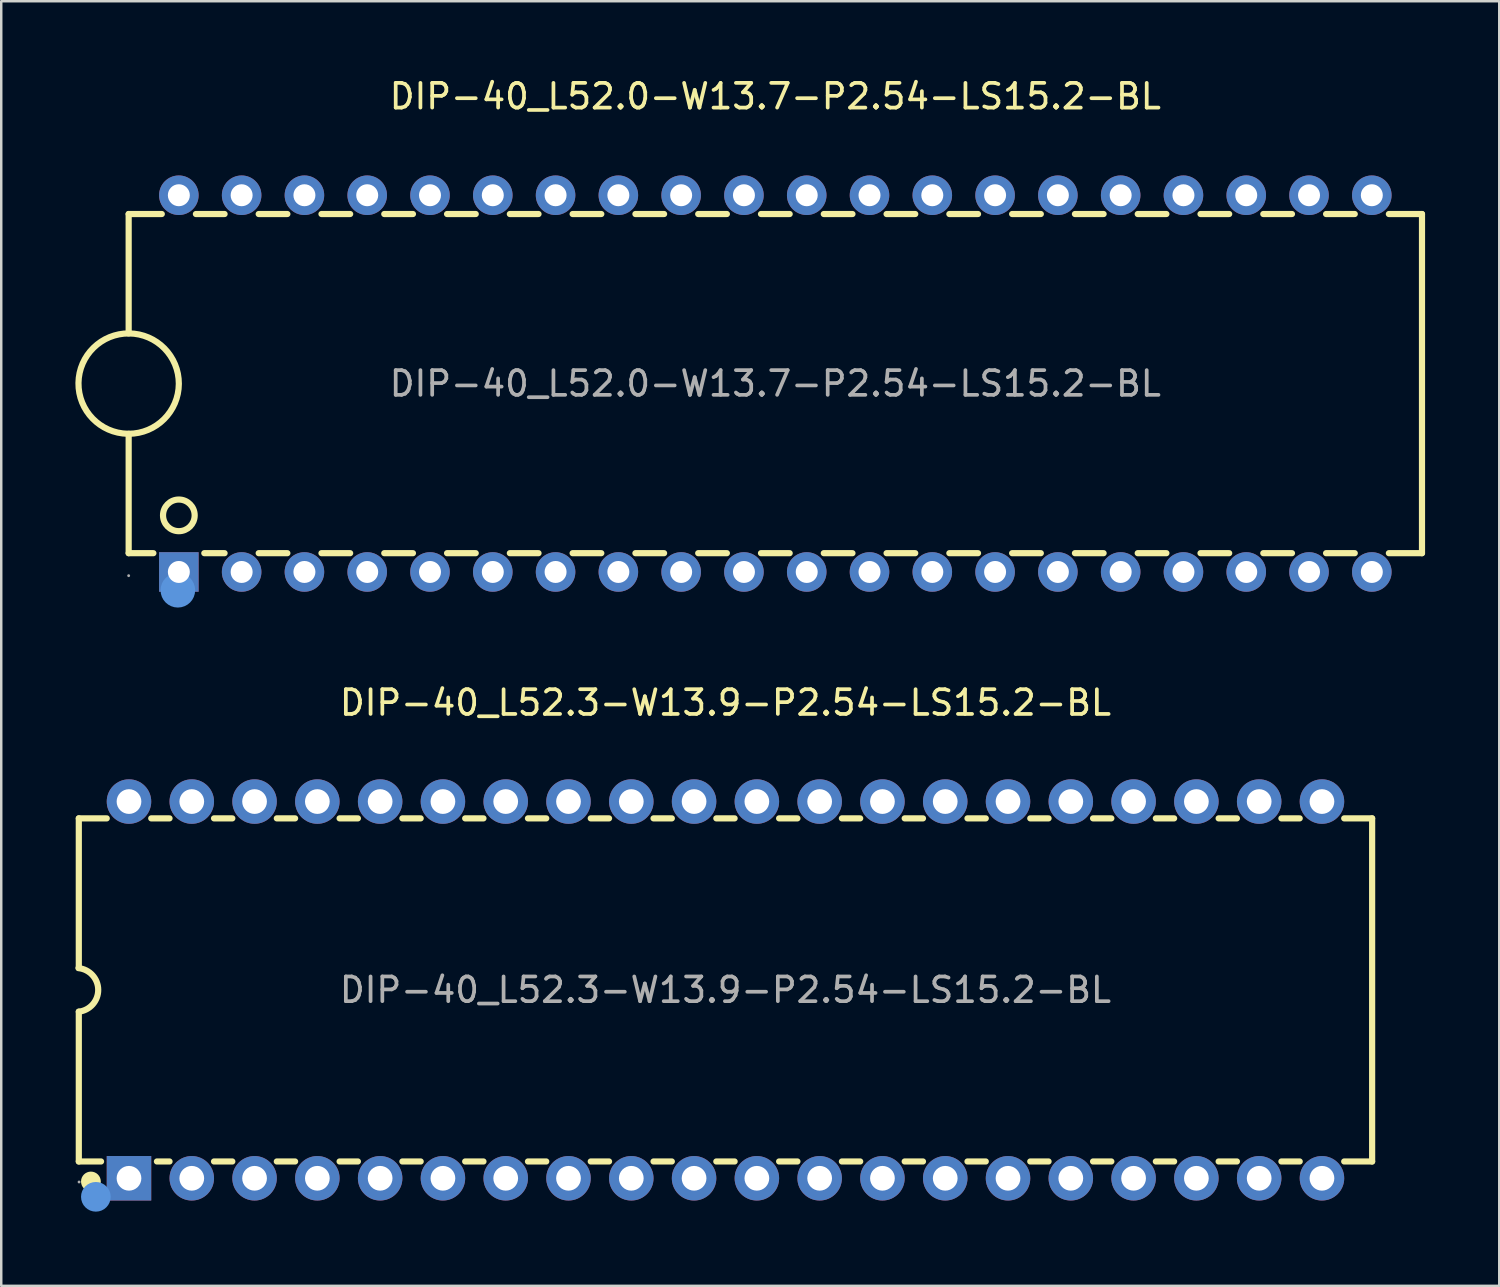
<source format=kicad_pcb>
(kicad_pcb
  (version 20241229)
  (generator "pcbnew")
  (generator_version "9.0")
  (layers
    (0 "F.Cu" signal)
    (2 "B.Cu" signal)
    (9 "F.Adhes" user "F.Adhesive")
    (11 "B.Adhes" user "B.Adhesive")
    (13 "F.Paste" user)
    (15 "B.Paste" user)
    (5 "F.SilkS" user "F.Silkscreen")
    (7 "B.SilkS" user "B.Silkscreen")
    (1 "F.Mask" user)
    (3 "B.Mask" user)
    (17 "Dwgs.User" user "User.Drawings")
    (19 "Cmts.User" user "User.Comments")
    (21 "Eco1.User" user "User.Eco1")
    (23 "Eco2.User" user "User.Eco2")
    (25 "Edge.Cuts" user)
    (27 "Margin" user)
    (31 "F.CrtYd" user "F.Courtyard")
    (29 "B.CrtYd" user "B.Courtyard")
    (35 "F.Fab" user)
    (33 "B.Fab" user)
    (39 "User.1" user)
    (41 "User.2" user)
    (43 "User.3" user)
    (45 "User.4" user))
  (footprint "DIP-40_L52.3-W13.9-P2.54-LS15.2-BL"
    (layer "F.Cu")
    (at 26.298 36.996)
    (property "Reference" "DIP-40_L52.3-W13.9-P2.54-LS15.2-BL" (at 0 -11.62 0) (layer "F.SilkS") (effects (font (size 1 1) (thickness 0.15))))
    (attr through_hole)
    (fp_line (start -26.16 -6.94) (end -26.16 -0.89) (stroke (width 0.25) (type solid)) (layer "F.SilkS"))
    (fp_line (start -26.16 -6.94) (end -25.03 -6.94) (stroke (width 0.25) (type solid)) (layer "F.SilkS"))
    (fp_line (start -26.16 6.94) (end -26.16 0.88) (stroke (width 0.25) (type solid)) (layer "F.SilkS"))
    (fp_line (start -26.16 6.94) (end -25.26 6.94) (stroke (width 0.25) (type solid)) (layer "F.SilkS"))
    (fp_line (start -23.23 -6.94) (end -22.49 -6.94) (stroke (width 0.25) (type solid)) (layer "F.SilkS"))
    (fp_line (start -23 6.94) (end -22.49 6.94) (stroke (width 0.25) (type solid)) (layer "F.SilkS"))
    (fp_line (start -20.69 -6.94) (end -19.95 -6.94) (stroke (width 0.25) (type solid)) (layer "F.SilkS"))
    (fp_line (start -20.69 6.94) (end -19.95 6.94) (stroke (width 0.25) (type solid)) (layer "F.SilkS"))
    (fp_line (start -18.15 -6.94) (end -17.41 -6.94) (stroke (width 0.25) (type solid)) (layer "F.SilkS"))
    (fp_line (start -18.15 6.94) (end -17.41 6.94) (stroke (width 0.25) (type solid)) (layer "F.SilkS"))
    (fp_line (start -15.61 -6.94) (end -14.87 -6.94) (stroke (width 0.25) (type solid)) (layer "F.SilkS"))
    (fp_line (start -15.61 6.94) (end -14.87 6.94) (stroke (width 0.25) (type solid)) (layer "F.SilkS"))
    (fp_line (start -13.07 -6.94) (end -12.33 -6.94) (stroke (width 0.25) (type solid)) (layer "F.SilkS"))
    (fp_line (start -13.07 6.94) (end -12.33 6.94) (stroke (width 0.25) (type solid)) (layer "F.SilkS"))
    (fp_line (start -10.53 -6.94) (end -9.79 -6.94) (stroke (width 0.25) (type solid)) (layer "F.SilkS"))
    (fp_line (start -10.53 6.94) (end -9.79 6.94) (stroke (width 0.25) (type solid)) (layer "F.SilkS"))
    (fp_line (start -7.99 -6.94) (end -7.25 -6.94) (stroke (width 0.25) (type solid)) (layer "F.SilkS"))
    (fp_line (start -7.99 6.94) (end -7.25 6.94) (stroke (width 0.25) (type solid)) (layer "F.SilkS"))
    (fp_line (start -5.45 -6.94) (end -4.71 -6.94) (stroke (width 0.25) (type solid)) (layer "F.SilkS"))
    (fp_line (start -5.45 6.94) (end -4.71 6.94) (stroke (width 0.25) (type solid)) (layer "F.SilkS"))
    (fp_line (start -2.91 -6.94) (end -2.17 -6.94) (stroke (width 0.25) (type solid)) (layer "F.SilkS"))
    (fp_line (start -2.91 6.94) (end -2.17 6.94) (stroke (width 0.25) (type solid)) (layer "F.SilkS"))
    (fp_line (start -0.37 -6.94) (end 0.37 -6.94) (stroke (width 0.25) (type solid)) (layer "F.SilkS"))
    (fp_line (start -0.37 6.94) (end 0.37 6.94) (stroke (width 0.25) (type solid)) (layer "F.SilkS"))
    (fp_line (start 2.17 -6.94) (end 2.91 -6.94) (stroke (width 0.25) (type solid)) (layer "F.SilkS"))
    (fp_line (start 2.17 6.94) (end 2.91 6.94) (stroke (width 0.25) (type solid)) (layer "F.SilkS"))
    (fp_line (start 4.71 -6.94) (end 5.45 -6.94) (stroke (width 0.25) (type solid)) (layer "F.SilkS"))
    (fp_line (start 4.71 6.94) (end 5.45 6.94) (stroke (width 0.25) (type solid)) (layer "F.SilkS"))
    (fp_line (start 7.25 -6.94) (end 7.99 -6.94) (stroke (width 0.25) (type solid)) (layer "F.SilkS"))
    (fp_line (start 7.25 6.94) (end 7.99 6.94) (stroke (width 0.25) (type solid)) (layer "F.SilkS"))
    (fp_line (start 9.79 -6.94) (end 10.53 -6.94) (stroke (width 0.25) (type solid)) (layer "F.SilkS"))
    (fp_line (start 9.79 6.94) (end 10.53 6.94) (stroke (width 0.25) (type solid)) (layer "F.SilkS"))
    (fp_line (start 12.33 -6.94) (end 13.07 -6.94) (stroke (width 0.25) (type solid)) (layer "F.SilkS"))
    (fp_line (start 12.33 6.94) (end 13.07 6.94) (stroke (width 0.25) (type solid)) (layer "F.SilkS"))
    (fp_line (start 14.87 -6.94) (end 15.61 -6.94) (stroke (width 0.25) (type solid)) (layer "F.SilkS"))
    (fp_line (start 14.87 6.94) (end 15.61 6.94) (stroke (width 0.25) (type solid)) (layer "F.SilkS"))
    (fp_line (start 17.41 -6.94) (end 18.15 -6.94) (stroke (width 0.25) (type solid)) (layer "F.SilkS"))
    (fp_line (start 17.41 6.94) (end 18.15 6.94) (stroke (width 0.25) (type solid)) (layer "F.SilkS"))
    (fp_line (start 19.95 -6.94) (end 20.69 -6.94) (stroke (width 0.25) (type solid)) (layer "F.SilkS"))
    (fp_line (start 19.95 6.94) (end 20.69 6.94) (stroke (width 0.25) (type solid)) (layer "F.SilkS"))
    (fp_line (start 22.49 -6.94) (end 23.23 -6.94) (stroke (width 0.25) (type solid)) (layer "F.SilkS"))
    (fp_line (start 22.49 6.94) (end 23.23 6.94) (stroke (width 0.25) (type solid)) (layer "F.SilkS"))
    (fp_line (start 25.03 -6.94) (end 26.16 -6.94) (stroke (width 0.25) (type solid)) (layer "F.SilkS"))
    (fp_line (start 25.03 6.94) (end 26.16 6.94) (stroke (width 0.25) (type solid)) (layer "F.SilkS"))
    (fp_line (start 26.16 -6.94) (end 26.16 6.94) (stroke (width 0.25) (type solid)) (layer "F.SilkS"))
    (fp_arc (start -26.172545 -0.881335) (mid -25.374359 -0.006308) (end -26.16 0.88) (stroke (width 0.25) (type solid)) (layer "F.SilkS"))
    (fp_circle (center -25.67 7.75) (end -25.47 7.75) (stroke (width 0.4) (type solid)) (fill no) (layer "F.SilkS"))
    (fp_circle (center -25.47 8.37) (end -25.17 8.37) (stroke (width 0.6) (type solid)) (fill no) (layer "Cmts.User"))
    (fp_circle (center -26.15 7.77) (end -26.12 7.77) (stroke (width 0.06) (type solid)) (fill no) (layer "F.Fab"))
    (fp_text user "${REFERENCE}" (at 0 0 0) (layer "F.Fab") (effects (font (size 1 1) (thickness 0.15))))
    (pad "1" thru_hole rect (at -24.13 7.62) (size 1.8 1.8) (drill 1) (layers "*.Cu" "*.Paste" "*.Mask"))
    (pad "2" thru_hole circle (at -21.59 7.62) (size 1.8 1.8) (drill 1) (layers "*.Cu" "*.Paste" "*.Mask"))
    (pad "3" thru_hole circle (at -19.05 7.62) (size 1.8 1.8) (drill 1) (layers "*.Cu" "*.Paste" "*.Mask"))
    (pad "4" thru_hole circle (at -16.51 7.62) (size 1.8 1.8) (drill 1) (layers "*.Cu" "*.Paste" "*.Mask"))
    (pad "5" thru_hole circle (at -13.97 7.62) (size 1.8 1.8) (drill 1) (layers "*.Cu" "*.Paste" "*.Mask"))
    (pad "6" thru_hole circle (at -11.43 7.62) (size 1.8 1.8) (drill 1) (layers "*.Cu" "*.Paste" "*.Mask"))
    (pad "7" thru_hole circle (at -8.89 7.62) (size 1.8 1.8) (drill 1) (layers "*.Cu" "*.Paste" "*.Mask"))
    (pad "8" thru_hole circle (at -6.35 7.62) (size 1.8 1.8) (drill 1) (layers "*.Cu" "*.Paste" "*.Mask"))
    (pad "9" thru_hole circle (at -3.81 7.62) (size 1.8 1.8) (drill 1) (layers "*.Cu" "*.Paste" "*.Mask"))
    (pad "10" thru_hole circle (at -1.27 7.62) (size 1.8 1.8) (drill 1) (layers "*.Cu" "*.Paste" "*.Mask"))
    (pad "11" thru_hole circle (at 1.27 7.62) (size 1.8 1.8) (drill 1) (layers "*.Cu" "*.Paste" "*.Mask"))
    (pad "12" thru_hole circle (at 3.81 7.62) (size 1.8 1.8) (drill 1) (layers "*.Cu" "*.Paste" "*.Mask"))
    (pad "13" thru_hole circle (at 6.35 7.62) (size 1.8 1.8) (drill 1) (layers "*.Cu" "*.Paste" "*.Mask"))
    (pad "14" thru_hole circle (at 8.89 7.62) (size 1.8 1.8) (drill 1) (layers "*.Cu" "*.Paste" "*.Mask"))
    (pad "15" thru_hole circle (at 11.43 7.62) (size 1.8 1.8) (drill 1) (layers "*.Cu" "*.Paste" "*.Mask"))
    (pad "16" thru_hole circle (at 13.97 7.62) (size 1.8 1.8) (drill 1) (layers "*.Cu" "*.Paste" "*.Mask"))
    (pad "17" thru_hole circle (at 16.51 7.62) (size 1.8 1.8) (drill 1) (layers "*.Cu" "*.Paste" "*.Mask"))
    (pad "18" thru_hole circle (at 19.05 7.62) (size 1.8 1.8) (drill 1) (layers "*.Cu" "*.Paste" "*.Mask"))
    (pad "19" thru_hole circle (at 21.59 7.62) (size 1.8 1.8) (drill 1) (layers "*.Cu" "*.Paste" "*.Mask"))
    (pad "20" thru_hole circle (at 24.13 7.62) (size 1.8 1.8) (drill 1) (layers "*.Cu" "*.Paste" "*.Mask"))
    (pad "21" thru_hole circle (at 24.13 -7.62) (size 1.8 1.8) (drill 1) (layers "*.Cu" "*.Paste" "*.Mask"))
    (pad "22" thru_hole circle (at 21.59 -7.62) (size 1.8 1.8) (drill 1) (layers "*.Cu" "*.Paste" "*.Mask"))
    (pad "23" thru_hole circle (at 19.05 -7.62) (size 1.8 1.8) (drill 1) (layers "*.Cu" "*.Paste" "*.Mask"))
    (pad "24" thru_hole circle (at 16.51 -7.62) (size 1.8 1.8) (drill 1) (layers "*.Cu" "*.Paste" "*.Mask"))
    (pad "25" thru_hole circle (at 13.97 -7.62) (size 1.8 1.8) (drill 1) (layers "*.Cu" "*.Paste" "*.Mask"))
    (pad "26" thru_hole circle (at 11.43 -7.62) (size 1.8 1.8) (drill 1) (layers "*.Cu" "*.Paste" "*.Mask"))
    (pad "27" thru_hole circle (at 8.89 -7.62) (size 1.8 1.8) (drill 1) (layers "*.Cu" "*.Paste" "*.Mask"))
    (pad "28" thru_hole circle (at 6.35 -7.62) (size 1.8 1.8) (drill 1) (layers "*.Cu" "*.Paste" "*.Mask"))
    (pad "29" thru_hole circle (at 3.81 -7.62) (size 1.8 1.8) (drill 1) (layers "*.Cu" "*.Paste" "*.Mask"))
    (pad "30" thru_hole circle (at 1.27 -7.62) (size 1.8 1.8) (drill 1) (layers "*.Cu" "*.Paste" "*.Mask"))
    (pad "31" thru_hole circle (at -1.27 -7.62) (size 1.8 1.8) (drill 1) (layers "*.Cu" "*.Paste" "*.Mask"))
    (pad "32" thru_hole circle (at -3.81 -7.62) (size 1.8 1.8) (drill 1) (layers "*.Cu" "*.Paste" "*.Mask"))
    (pad "33" thru_hole circle (at -6.35 -7.62) (size 1.8 1.8) (drill 1) (layers "*.Cu" "*.Paste" "*.Mask"))
    (pad "34" thru_hole circle (at -8.89 -7.62) (size 1.8 1.8) (drill 1) (layers "*.Cu" "*.Paste" "*.Mask"))
    (pad "35" thru_hole circle (at -11.43 -7.62) (size 1.8 1.8) (drill 1) (layers "*.Cu" "*.Paste" "*.Mask"))
    (pad "36" thru_hole circle (at -13.97 -7.62) (size 1.8 1.8) (drill 1) (layers "*.Cu" "*.Paste" "*.Mask"))
    (pad "37" thru_hole circle (at -16.51 -7.62) (size 1.8 1.8) (drill 1) (layers "*.Cu" "*.Paste" "*.Mask"))
    (pad "38" thru_hole circle (at -19.05 -7.62) (size 1.8 1.8) (drill 1) (layers "*.Cu" "*.Paste" "*.Mask"))
    (pad "39" thru_hole circle (at -21.59 -7.62) (size 1.8 1.8) (drill 1) (layers "*.Cu" "*.Paste" "*.Mask"))
    (pad "40" thru_hole circle (at -24.13 -7.62) (size 1.8 1.8) (drill 1) (layers "*.Cu" "*.Paste" "*.Mask")))
  (footprint "DIP-40_L52.0-W13.7-P2.54-LS15.2-BL"
    (layer "F.Cu")
    (at 28.315 12.468)
    (property "Reference" "DIP-40_L52.0-W13.7-P2.54-LS15.2-BL" (at 0 -11.62 0) (layer "F.SilkS") (effects (font (size 1 1) (thickness 0.15))))
    (attr through_hole)
    (fp_line (start -26.16 -6.86) (end -26.16 -2.03) (stroke (width 0.25) (type solid)) (layer "F.SilkS"))
    (fp_line (start -26.16 6.86) (end -26.16 2.03) (stroke (width 0.25) (type solid)) (layer "F.SilkS"))
    (fp_line (start -26.16 6.86) (end -25.16 6.86) (stroke (width 0.25) (type solid)) (layer "F.SilkS"))
    (fp_line (start -24.82 -6.86) (end -26.16 -6.86) (stroke (width 0.25) (type solid)) (layer "F.SilkS"))
    (fp_line (start -23.1 6.86) (end -22.28 6.86) (stroke (width 0.25) (type solid)) (layer "F.SilkS"))
    (fp_line (start -22.28 -6.86) (end -23.44 -6.86) (stroke (width 0.25) (type solid)) (layer "F.SilkS"))
    (fp_line (start -20.9 6.86) (end -19.74 6.86) (stroke (width 0.25) (type solid)) (layer "F.SilkS"))
    (fp_line (start -19.74 -6.86) (end -20.9 -6.86) (stroke (width 0.25) (type solid)) (layer "F.SilkS"))
    (fp_line (start -18.36 6.86) (end -17.2 6.86) (stroke (width 0.25) (type solid)) (layer "F.SilkS"))
    (fp_line (start -17.2 -6.86) (end -18.36 -6.86) (stroke (width 0.25) (type solid)) (layer "F.SilkS"))
    (fp_line (start -15.82 6.86) (end -14.66 6.86) (stroke (width 0.25) (type solid)) (layer "F.SilkS"))
    (fp_line (start -14.66 -6.86) (end -15.82 -6.86) (stroke (width 0.25) (type solid)) (layer "F.SilkS"))
    (fp_line (start -13.28 6.86) (end -12.12 6.86) (stroke (width 0.25) (type solid)) (layer "F.SilkS"))
    (fp_line (start -12.12 -6.86) (end -13.28 -6.86) (stroke (width 0.25) (type solid)) (layer "F.SilkS"))
    (fp_line (start -10.74 6.86) (end -9.58 6.86) (stroke (width 0.25) (type solid)) (layer "F.SilkS"))
    (fp_line (start -9.58 -6.86) (end -10.74 -6.86) (stroke (width 0.25) (type solid)) (layer "F.SilkS"))
    (fp_line (start -8.2 6.86) (end -7.04 6.86) (stroke (width 0.25) (type solid)) (layer "F.SilkS"))
    (fp_line (start -7.04 -6.86) (end -8.2 -6.86) (stroke (width 0.25) (type solid)) (layer "F.SilkS"))
    (fp_line (start -5.66 6.86) (end -4.5 6.86) (stroke (width 0.25) (type solid)) (layer "F.SilkS"))
    (fp_line (start -4.5 -6.86) (end -5.66 -6.86) (stroke (width 0.25) (type solid)) (layer "F.SilkS"))
    (fp_line (start -3.12 6.86) (end -1.96 6.86) (stroke (width 0.25) (type solid)) (layer "F.SilkS"))
    (fp_line (start -1.96 -6.86) (end -3.12 -6.86) (stroke (width 0.25) (type solid)) (layer "F.SilkS"))
    (fp_line (start -0.58 6.86) (end 0.58 6.86) (stroke (width 0.25) (type solid)) (layer "F.SilkS"))
    (fp_line (start 0.58 -6.86) (end -0.58 -6.86) (stroke (width 0.25) (type solid)) (layer "F.SilkS"))
    (fp_line (start 1.96 6.86) (end 3.12 6.86) (stroke (width 0.25) (type solid)) (layer "F.SilkS"))
    (fp_line (start 3.12 -6.86) (end 1.96 -6.86) (stroke (width 0.25) (type solid)) (layer "F.SilkS"))
    (fp_line (start 4.5 6.86) (end 5.66 6.86) (stroke (width 0.25) (type solid)) (layer "F.SilkS"))
    (fp_line (start 5.66 -6.86) (end 4.5 -6.86) (stroke (width 0.25) (type solid)) (layer "F.SilkS"))
    (fp_line (start 7.04 6.86) (end 8.2 6.86) (stroke (width 0.25) (type solid)) (layer "F.SilkS"))
    (fp_line (start 8.2 -6.86) (end 7.04 -6.86) (stroke (width 0.25) (type solid)) (layer "F.SilkS"))
    (fp_line (start 9.58 6.86) (end 10.74 6.86) (stroke (width 0.25) (type solid)) (layer "F.SilkS"))
    (fp_line (start 10.74 -6.86) (end 9.58 -6.86) (stroke (width 0.25) (type solid)) (layer "F.SilkS"))
    (fp_line (start 12.12 6.86) (end 13.28 6.86) (stroke (width 0.25) (type solid)) (layer "F.SilkS"))
    (fp_line (start 13.28 -6.86) (end 12.12 -6.86) (stroke (width 0.25) (type solid)) (layer "F.SilkS"))
    (fp_line (start 14.66 6.86) (end 15.82 6.86) (stroke (width 0.25) (type solid)) (layer "F.SilkS"))
    (fp_line (start 15.82 -6.86) (end 14.66 -6.86) (stroke (width 0.25) (type solid)) (layer "F.SilkS"))
    (fp_line (start 17.2 6.86) (end 18.36 6.86) (stroke (width 0.25) (type solid)) (layer "F.SilkS"))
    (fp_line (start 18.36 -6.86) (end 17.2 -6.86) (stroke (width 0.25) (type solid)) (layer "F.SilkS"))
    (fp_line (start 19.74 6.86) (end 20.9 6.86) (stroke (width 0.25) (type solid)) (layer "F.SilkS"))
    (fp_line (start 20.9 -6.86) (end 19.74 -6.86) (stroke (width 0.25) (type solid)) (layer "F.SilkS"))
    (fp_line (start 22.28 6.86) (end 23.44 6.86) (stroke (width 0.25) (type solid)) (layer "F.SilkS"))
    (fp_line (start 23.44 -6.86) (end 22.28 -6.86) (stroke (width 0.25) (type solid)) (layer "F.SilkS"))
    (fp_line (start 24.82 6.86) (end 26.16 6.86) (stroke (width 0.25) (type solid)) (layer "F.SilkS"))
    (fp_line (start 26.16 -6.86) (end 24.82 -6.86) (stroke (width 0.25) (type solid)) (layer "F.SilkS"))
    (fp_line (start 26.16 -6.86) (end 26.16 6.86) (stroke (width 0.25) (type solid)) (layer "F.SilkS"))
    (fp_arc (start -26.195428 2.029691) (mid -26.142285 -2.029923) (end -26.16 2.03) (stroke (width 0.25) (type solid)) (layer "F.SilkS"))
    (fp_circle (center -24.13 5.33) (end -23.49 5.33) (stroke (width 0.25) (type solid)) (fill no) (layer "F.SilkS"))
    (fp_circle (center -24.17 8.36) (end -23.82 8.36) (stroke (width 0.7) (type solid)) (fill no) (layer "Cmts.User"))
    (fp_circle (center -26.16 7.77) (end -26.13 7.77) (stroke (width 0.06) (type solid)) (fill no) (layer "F.Fab"))
    (fp_text user "${REFERENCE}" (at 0 0 0) (layer "F.Fab") (effects (font (size 1 1) (thickness 0.15))))
    (pad "1" thru_hole rect (at -24.13 7.62) (size 1.6 1.6) (drill 0.889) (layers "*.Cu" "*.Paste" "*.Mask"))
    (pad "2" thru_hole circle (at -21.59 7.62) (size 1.6 1.6) (drill 0.889) (layers "*.Cu" "*.Paste" "*.Mask"))
    (pad "3" thru_hole circle (at -19.05 7.62) (size 1.6 1.6) (drill 0.889) (layers "*.Cu" "*.Paste" "*.Mask"))
    (pad "4" thru_hole circle (at -16.51 7.62) (size 1.6 1.6) (drill 0.889) (layers "*.Cu" "*.Paste" "*.Mask"))
    (pad "5" thru_hole circle (at -13.97 7.62) (size 1.6 1.6) (drill 0.889) (layers "*.Cu" "*.Paste" "*.Mask"))
    (pad "6" thru_hole circle (at -11.43 7.62) (size 1.6 1.6) (drill 0.889) (layers "*.Cu" "*.Paste" "*.Mask"))
    (pad "7" thru_hole circle (at -8.89 7.62) (size 1.6 1.6) (drill 0.889) (layers "*.Cu" "*.Paste" "*.Mask"))
    (pad "8" thru_hole circle (at -6.35 7.62) (size 1.6 1.6) (drill 0.889) (layers "*.Cu" "*.Paste" "*.Mask"))
    (pad "9" thru_hole circle (at -3.81 7.62) (size 1.6 1.6) (drill 0.889) (layers "*.Cu" "*.Paste" "*.Mask"))
    (pad "10" thru_hole circle (at -1.27 7.62) (size 1.6 1.6) (drill 0.889) (layers "*.Cu" "*.Paste" "*.Mask"))
    (pad "11" thru_hole circle (at 1.27 7.62) (size 1.6 1.6) (drill 0.889) (layers "*.Cu" "*.Paste" "*.Mask"))
    (pad "12" thru_hole circle (at 3.81 7.62) (size 1.6 1.6) (drill 0.889) (layers "*.Cu" "*.Paste" "*.Mask"))
    (pad "13" thru_hole circle (at 6.35 7.62) (size 1.6 1.6) (drill 0.889) (layers "*.Cu" "*.Paste" "*.Mask"))
    (pad "14" thru_hole circle (at 8.89 7.62) (size 1.6 1.6) (drill 0.889) (layers "*.Cu" "*.Paste" "*.Mask"))
    (pad "15" thru_hole circle (at 11.43 7.62) (size 1.6 1.6) (drill 0.889) (layers "*.Cu" "*.Paste" "*.Mask"))
    (pad "16" thru_hole circle (at 13.97 7.62) (size 1.6 1.6) (drill 0.889) (layers "*.Cu" "*.Paste" "*.Mask"))
    (pad "17" thru_hole circle (at 16.51 7.62) (size 1.6 1.6) (drill 0.889) (layers "*.Cu" "*.Paste" "*.Mask"))
    (pad "18" thru_hole circle (at 19.05 7.62) (size 1.6 1.6) (drill 0.889) (layers "*.Cu" "*.Paste" "*.Mask"))
    (pad "19" thru_hole circle (at 21.59 7.62) (size 1.6 1.6) (drill 0.889) (layers "*.Cu" "*.Paste" "*.Mask"))
    (pad "20" thru_hole circle (at 24.13 7.62) (size 1.6 1.6) (drill 0.889) (layers "*.Cu" "*.Paste" "*.Mask"))
    (pad "21" thru_hole circle (at 24.13 -7.62) (size 1.6 1.6) (drill 0.889) (layers "*.Cu" "*.Paste" "*.Mask"))
    (pad "22" thru_hole circle (at 21.59 -7.62) (size 1.6 1.6) (drill 0.889) (layers "*.Cu" "*.Paste" "*.Mask"))
    (pad "23" thru_hole circle (at 19.05 -7.62) (size 1.6 1.6) (drill 0.889) (layers "*.Cu" "*.Paste" "*.Mask"))
    (pad "24" thru_hole circle (at 16.51 -7.62) (size 1.6 1.6) (drill 0.889) (layers "*.Cu" "*.Paste" "*.Mask"))
    (pad "25" thru_hole circle (at 13.97 -7.62) (size 1.6 1.6) (drill 0.889) (layers "*.Cu" "*.Paste" "*.Mask"))
    (pad "26" thru_hole circle (at 11.43 -7.62) (size 1.6 1.6) (drill 0.889) (layers "*.Cu" "*.Paste" "*.Mask"))
    (pad "27" thru_hole circle (at 8.89 -7.62) (size 1.6 1.6) (drill 0.889) (layers "*.Cu" "*.Paste" "*.Mask"))
    (pad "28" thru_hole circle (at 6.35 -7.62) (size 1.6 1.6) (drill 0.889) (layers "*.Cu" "*.Paste" "*.Mask"))
    (pad "29" thru_hole circle (at 3.81 -7.62) (size 1.6 1.6) (drill 0.889) (layers "*.Cu" "*.Paste" "*.Mask"))
    (pad "30" thru_hole circle (at 1.27 -7.62) (size 1.6 1.6) (drill 0.889) (layers "*.Cu" "*.Paste" "*.Mask"))
    (pad "31" thru_hole circle (at -1.27 -7.62) (size 1.6 1.6) (drill 0.889) (layers "*.Cu" "*.Paste" "*.Mask"))
    (pad "32" thru_hole circle (at -3.81 -7.62) (size 1.6 1.6) (drill 0.889) (layers "*.Cu" "*.Paste" "*.Mask"))
    (pad "33" thru_hole circle (at -6.35 -7.62) (size 1.6 1.6) (drill 0.889) (layers "*.Cu" "*.Paste" "*.Mask"))
    (pad "34" thru_hole circle (at -8.89 -7.62) (size 1.6 1.6) (drill 0.889) (layers "*.Cu" "*.Paste" "*.Mask"))
    (pad "35" thru_hole circle (at -11.43 -7.62) (size 1.6 1.6) (drill 0.889) (layers "*.Cu" "*.Paste" "*.Mask"))
    (pad "36" thru_hole circle (at -13.97 -7.62) (size 1.6 1.6) (drill 0.889) (layers "*.Cu" "*.Paste" "*.Mask"))
    (pad "37" thru_hole circle (at -16.51 -7.62) (size 1.6 1.6) (drill 0.889) (layers "*.Cu" "*.Paste" "*.Mask"))
    (pad "38" thru_hole circle (at -19.05 -7.62) (size 1.6 1.6) (drill 0.889) (layers "*.Cu" "*.Paste" "*.Mask"))
    (pad "39" thru_hole circle (at -21.59 -7.62) (size 1.6 1.6) (drill 0.889) (layers "*.Cu" "*.Paste" "*.Mask"))
    (pad "40" thru_hole circle (at -24.13 -7.62) (size 1.6 1.6) (drill 0.889) (layers "*.Cu" "*.Paste" "*.Mask")))
  (gr_rect
    (start -3 -3)
    (end 57.6 48.967)
    (stroke (width 0.1) (type default))
    (fill no)
    (layer "Edge.Cuts")))
</source>
